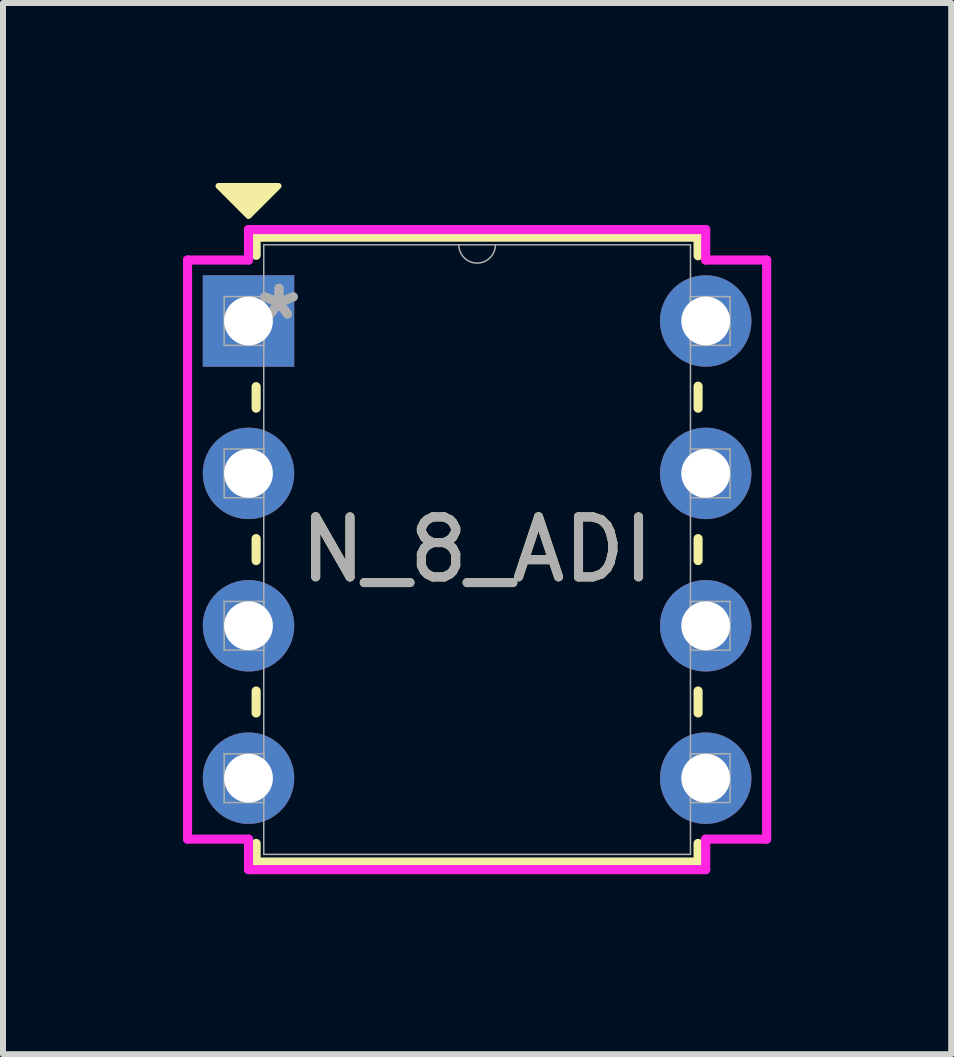
<source format=kicad_pcb>
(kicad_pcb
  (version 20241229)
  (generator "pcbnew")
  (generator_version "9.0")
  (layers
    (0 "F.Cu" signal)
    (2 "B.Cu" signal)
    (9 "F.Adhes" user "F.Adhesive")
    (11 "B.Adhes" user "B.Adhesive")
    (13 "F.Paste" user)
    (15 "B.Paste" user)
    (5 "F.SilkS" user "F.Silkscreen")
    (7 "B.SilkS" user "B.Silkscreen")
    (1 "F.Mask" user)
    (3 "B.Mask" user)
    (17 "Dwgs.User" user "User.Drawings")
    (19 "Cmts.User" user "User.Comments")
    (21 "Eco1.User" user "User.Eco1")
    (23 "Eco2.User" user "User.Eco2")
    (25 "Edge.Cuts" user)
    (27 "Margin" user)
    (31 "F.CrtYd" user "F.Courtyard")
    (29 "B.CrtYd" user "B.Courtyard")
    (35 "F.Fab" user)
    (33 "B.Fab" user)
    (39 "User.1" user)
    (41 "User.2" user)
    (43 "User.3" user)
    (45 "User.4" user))
  (footprint "N_8_ADI"
    (layer "F.Cu")
    (at 1.092 2.3)
    (property "Reference" "N_8_ADI" (at 3.81 3.81 0) (unlocked yes) (layer "F.SilkS") (effects (font (size 1 1) (thickness 0.15))))
    (attr through_hole)
    (fp_line (start 0.127 -1.397) (end 0.127 -1.095) (stroke (width 0.152) (type solid)) (layer "F.SilkS"))
    (fp_line (start 0.127 1.095) (end 0.127 1.453) (stroke (width 0.152) (type solid)) (layer "F.SilkS"))
    (fp_line (start 0.127 3.627) (end 0.127 3.993) (stroke (width 0.152) (type solid)) (layer "F.SilkS"))
    (fp_line (start 0.127 6.167) (end 0.127 6.533) (stroke (width 0.152) (type solid)) (layer "F.SilkS"))
    (fp_line (start 0.127 8.707) (end 0.127 9.017) (stroke (width 0.152) (type solid)) (layer "F.SilkS"))
    (fp_line (start 0.127 9.017) (end 7.493 9.017) (stroke (width 0.152) (type solid)) (layer "F.SilkS"))
    (fp_line (start 7.493 -1.397) (end 0.127 -1.397) (stroke (width 0.152) (type solid)) (layer "F.SilkS"))
    (fp_line (start 7.493 -1.087) (end 7.493 -1.397) (stroke (width 0.152) (type solid)) (layer "F.SilkS"))
    (fp_line (start 7.493 1.453) (end 7.493 1.087) (stroke (width 0.152) (type solid)) (layer "F.SilkS"))
    (fp_line (start 7.493 3.993) (end 7.493 3.627) (stroke (width 0.152) (type solid)) (layer "F.SilkS"))
    (fp_line (start 7.493 6.533) (end 7.493 6.167) (stroke (width 0.152) (type solid)) (layer "F.SilkS"))
    (fp_line (start 7.493 9.017) (end 7.493 8.707) (stroke (width 0.152) (type solid)) (layer "F.SilkS"))
    (fp_poly (pts (xy 0 -1.75) (xy -0.5 -2.25) (xy 0.5 -2.25)) (stroke (width 0.1) (type solid)) (fill yes) (layer "F.SilkS"))
    (fp_line (start -1.016 -1.016) (end 0 -1.016) (stroke (width 0.152) (type solid)) (layer "F.CrtYd"))
    (fp_line (start -1.016 8.636) (end -1.016 -1.016) (stroke (width 0.152) (type solid)) (layer "F.CrtYd"))
    (fp_line (start 0 -1.524) (end 7.62 -1.524) (stroke (width 0.152) (type solid)) (layer "F.CrtYd"))
    (fp_line (start 0 -1.016) (end 0 -1.524) (stroke (width 0.152) (type solid)) (layer "F.CrtYd"))
    (fp_line (start 0 8.636) (end -1.016 8.636) (stroke (width 0.152) (type solid)) (layer "F.CrtYd"))
    (fp_line (start 0 9.144) (end 0 8.636) (stroke (width 0.152) (type solid)) (layer "F.CrtYd"))
    (fp_line (start 7.62 -1.524) (end 7.62 -1.016) (stroke (width 0.152) (type solid)) (layer "F.CrtYd"))
    (fp_line (start 7.62 8.636) (end 7.62 9.144) (stroke (width 0.152) (type solid)) (layer "F.CrtYd"))
    (fp_line (start 7.62 9.144) (end 0 9.144) (stroke (width 0.152) (type solid)) (layer "F.CrtYd"))
    (fp_line (start 8.636 -1.016) (end 7.62 -1.016) (stroke (width 0.152) (type solid)) (layer "F.CrtYd"))
    (fp_line (start 8.636 -1.016) (end 8.636 8.636) (stroke (width 0.152) (type solid)) (layer "F.CrtYd"))
    (fp_line (start 8.636 8.636) (end 7.62 8.636) (stroke (width 0.152) (type solid)) (layer "F.CrtYd"))
    (fp_line (start -0.406 -0.406) (end -0.406 0.406) (stroke (width 0.025) (type solid)) (layer "F.Fab"))
    (fp_line (start -0.406 0.406) (end 0.254 0.406) (stroke (width 0.025) (type solid)) (layer "F.Fab"))
    (fp_line (start -0.406 2.134) (end -0.406 2.946) (stroke (width 0.025) (type solid)) (layer "F.Fab"))
    (fp_line (start -0.406 2.946) (end 0.254 2.946) (stroke (width 0.025) (type solid)) (layer "F.Fab"))
    (fp_line (start -0.406 4.674) (end -0.406 5.486) (stroke (width 0.025) (type solid)) (layer "F.Fab"))
    (fp_line (start -0.406 5.486) (end 0.254 5.486) (stroke (width 0.025) (type solid)) (layer "F.Fab"))
    (fp_line (start -0.406 7.214) (end -0.406 8.026) (stroke (width 0.025) (type solid)) (layer "F.Fab"))
    (fp_line (start -0.406 8.026) (end 0.254 8.026) (stroke (width 0.025) (type solid)) (layer "F.Fab"))
    (fp_line (start 0.254 -1.27) (end 0.254 8.89) (stroke (width 0.025) (type solid)) (layer "F.Fab"))
    (fp_line (start 0.254 -0.406) (end -0.406 -0.406) (stroke (width 0.025) (type solid)) (layer "F.Fab"))
    (fp_line (start 0.254 0.406) (end 0.254 -0.406) (stroke (width 0.025) (type solid)) (layer "F.Fab"))
    (fp_line (start 0.254 2.134) (end -0.406 2.134) (stroke (width 0.025) (type solid)) (layer "F.Fab"))
    (fp_line (start 0.254 2.946) (end 0.254 2.134) (stroke (width 0.025) (type solid)) (layer "F.Fab"))
    (fp_line (start 0.254 4.674) (end -0.406 4.674) (stroke (width 0.025) (type solid)) (layer "F.Fab"))
    (fp_line (start 0.254 5.486) (end 0.254 4.674) (stroke (width 0.025) (type solid)) (layer "F.Fab"))
    (fp_line (start 0.254 7.214) (end -0.406 7.214) (stroke (width 0.025) (type solid)) (layer "F.Fab"))
    (fp_line (start 0.254 8.026) (end 0.254 7.214) (stroke (width 0.025) (type solid)) (layer "F.Fab"))
    (fp_line (start 0.254 8.89) (end 7.366 8.89) (stroke (width 0.025) (type solid)) (layer "F.Fab"))
    (fp_line (start 7.366 -1.27) (end 0.254 -1.27) (stroke (width 0.025) (type solid)) (layer "F.Fab"))
    (fp_line (start 7.366 -0.406) (end 7.366 0.406) (stroke (width 0.025) (type solid)) (layer "F.Fab"))
    (fp_line (start 7.366 0.406) (end 8.026 0.406) (stroke (width 0.025) (type solid)) (layer "F.Fab"))
    (fp_line (start 7.366 2.134) (end 7.366 2.946) (stroke (width 0.025) (type solid)) (layer "F.Fab"))
    (fp_line (start 7.366 2.946) (end 8.026 2.946) (stroke (width 0.025) (type solid)) (layer "F.Fab"))
    (fp_line (start 7.366 4.674) (end 7.366 5.486) (stroke (width 0.025) (type solid)) (layer "F.Fab"))
    (fp_line (start 7.366 5.486) (end 8.026 5.486) (stroke (width 0.025) (type solid)) (layer "F.Fab"))
    (fp_line (start 7.366 7.214) (end 7.366 8.026) (stroke (width 0.025) (type solid)) (layer "F.Fab"))
    (fp_line (start 7.366 8.026) (end 8.026 8.026) (stroke (width 0.025) (type solid)) (layer "F.Fab"))
    (fp_line (start 7.366 8.89) (end 7.366 -1.27) (stroke (width 0.025) (type solid)) (layer "F.Fab"))
    (fp_line (start 8.026 -0.406) (end 7.366 -0.406) (stroke (width 0.025) (type solid)) (layer "F.Fab"))
    (fp_line (start 8.026 0.406) (end 8.026 -0.406) (stroke (width 0.025) (type solid)) (layer "F.Fab"))
    (fp_line (start 8.026 2.134) (end 7.366 2.134) (stroke (width 0.025) (type solid)) (layer "F.Fab"))
    (fp_line (start 8.026 2.946) (end 8.026 2.134) (stroke (width 0.025) (type solid)) (layer "F.Fab"))
    (fp_line (start 8.026 4.674) (end 7.366 4.674) (stroke (width 0.025) (type solid)) (layer "F.Fab"))
    (fp_line (start 8.026 5.486) (end 8.026 4.674) (stroke (width 0.025) (type solid)) (layer "F.Fab"))
    (fp_line (start 8.026 7.214) (end 7.366 7.214) (stroke (width 0.025) (type solid)) (layer "F.Fab"))
    (fp_line (start 8.026 8.026) (end 8.026 7.214) (stroke (width 0.025) (type solid)) (layer "F.Fab"))
    (fp_arc (start 4.1148 -1.27) (mid 3.81 -0.9652) (end 3.5052 -1.27) (stroke (width 0.0254) (type solid)) (layer "F.Fab"))
    (fp_text user "*" (at 0.508 0 0) (unlocked yes) (layer "F.Fab") (effects (font (size 1 1) (thickness 0.15))))
    (fp_text user "*" (at 0.508 0 0) (layer "F.Fab") (effects (font (size 1 1) (thickness 0.15))))
    (fp_text user "${REFERENCE}" (at 3.81 3.81 0) (unlocked yes) (layer "F.Fab") (effects (font (size 1 1) (thickness 0.15))))
    (pad "1" thru_hole rect (at 0 0) (size 1.524 1.524) (drill 0.813) (layers "*.Cu" "*.Mask"))
    (pad "2" thru_hole circle (at 0 2.54) (size 1.524 1.524) (drill 0.813) (layers "*.Cu" "*.Mask"))
    (pad "3" thru_hole circle (at 0 5.08) (size 1.524 1.524) (drill 0.813) (layers "*.Cu" "*.Mask"))
    (pad "4" thru_hole circle (at 0 7.62) (size 1.524 1.524) (drill 0.813) (layers "*.Cu" "*.Mask"))
    (pad "5" thru_hole circle (at 7.62 7.62) (size 1.524 1.524) (drill 0.813) (layers "*.Cu" "*.Mask"))
    (pad "6" thru_hole circle (at 7.62 5.08) (size 1.524 1.524) (drill 0.813) (layers "*.Cu" "*.Mask"))
    (pad "7" thru_hole circle (at 7.62 2.54) (size 1.524 1.524) (drill 0.813) (layers "*.Cu" "*.Mask"))
    (pad "8" thru_hole circle (at 7.62 0) (size 1.524 1.524) (drill 0.813) (layers "*.Cu" "*.Mask")))
  (gr_rect
    (start -3 -3)
    (end 12.804 14.52)
    (stroke (width 0.1) (type default))
    (fill no)
    (layer "Edge.Cuts")))
</source>
